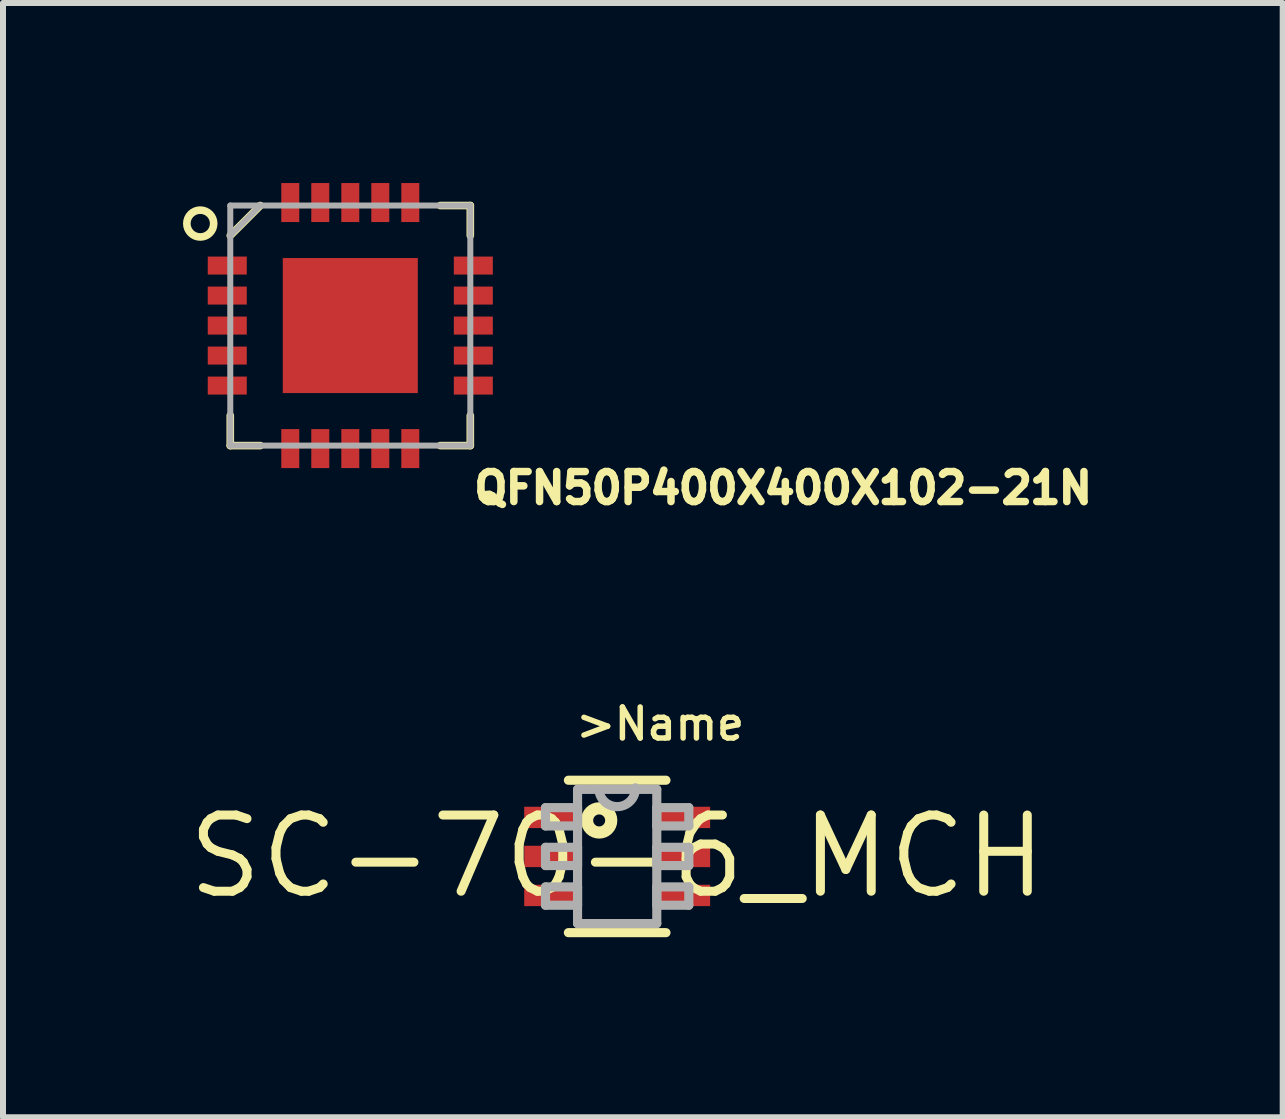
<source format=kicad_pcb>
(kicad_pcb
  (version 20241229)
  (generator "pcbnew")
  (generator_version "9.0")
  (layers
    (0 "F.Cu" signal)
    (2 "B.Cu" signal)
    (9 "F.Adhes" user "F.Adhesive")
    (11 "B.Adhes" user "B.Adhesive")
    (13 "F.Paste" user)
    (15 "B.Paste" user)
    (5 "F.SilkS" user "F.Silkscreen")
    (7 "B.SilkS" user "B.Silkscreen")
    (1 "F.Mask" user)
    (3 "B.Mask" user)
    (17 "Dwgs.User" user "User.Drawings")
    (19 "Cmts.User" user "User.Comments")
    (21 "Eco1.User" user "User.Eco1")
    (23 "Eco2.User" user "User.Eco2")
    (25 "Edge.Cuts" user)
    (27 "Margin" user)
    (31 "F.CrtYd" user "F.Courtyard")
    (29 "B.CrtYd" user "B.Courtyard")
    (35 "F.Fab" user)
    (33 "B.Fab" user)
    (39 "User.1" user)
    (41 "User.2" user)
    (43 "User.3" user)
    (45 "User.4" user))
  (footprint "SC-70-6_MCH"
    (layer "F.Cu")
    (at 7.234 11.221)
    (property "Reference" "SC-70-6_MCH" (at 0 0 0) (layer "F.SilkS") (effects (font (size 1.27 1.27) (thickness 0.15))))
    (fp_line (start -0.813 1.27) (end 0.813 1.27) (stroke (width 0.152) (type solid)) (layer "F.SilkS"))
    (fp_line (start 0.813 -1.27) (end -0.813 -1.27) (stroke (width 0.152) (type solid)) (layer "F.SilkS"))
    (fp_circle (center -0.3 -0.6) (end -0.2 -0.6) (stroke (width 0.203) (type solid)) (fill no) (layer "F.SilkS"))
    (fp_line (start -1.194 -0.813) (end -1.194 -0.508) (stroke (width 0.152) (type solid)) (layer "F.Fab"))
    (fp_line (start -1.194 -0.508) (end -0.66 -0.508) (stroke (width 0.152) (type solid)) (layer "F.Fab"))
    (fp_line (start -1.194 -0.152) (end -1.194 0.152) (stroke (width 0.152) (type solid)) (layer "F.Fab"))
    (fp_line (start -1.194 0.152) (end -0.66 0.152) (stroke (width 0.152) (type solid)) (layer "F.Fab"))
    (fp_line (start -1.194 0.508) (end -1.194 0.813) (stroke (width 0.152) (type solid)) (layer "F.Fab"))
    (fp_line (start -1.194 0.813) (end -0.66 0.813) (stroke (width 0.152) (type solid)) (layer "F.Fab"))
    (fp_line (start -0.66 -1.118) (end -0.66 1.118) (stroke (width 0.152) (type solid)) (layer "F.Fab"))
    (fp_line (start -0.66 -0.813) (end -1.194 -0.813) (stroke (width 0.152) (type solid)) (layer "F.Fab"))
    (fp_line (start -0.66 -0.508) (end -0.66 -0.813) (stroke (width 0.152) (type solid)) (layer "F.Fab"))
    (fp_line (start -0.66 -0.152) (end -1.194 -0.152) (stroke (width 0.152) (type solid)) (layer "F.Fab"))
    (fp_line (start -0.66 0.152) (end -0.66 -0.152) (stroke (width 0.152) (type solid)) (layer "F.Fab"))
    (fp_line (start -0.66 0.508) (end -1.194 0.508) (stroke (width 0.152) (type solid)) (layer "F.Fab"))
    (fp_line (start -0.66 0.813) (end -0.66 0.508) (stroke (width 0.152) (type solid)) (layer "F.Fab"))
    (fp_line (start -0.66 1.118) (end 0.66 1.118) (stroke (width 0.152) (type solid)) (layer "F.Fab"))
    (fp_line (start -0.305 -1.118) (end -0.66 -1.118) (stroke (width 0.152) (type solid)) (layer "F.Fab"))
    (fp_line (start 0.66 -1.118) (end -0.305 -1.118) (stroke (width 0.152) (type solid)) (layer "F.Fab"))
    (fp_line (start 0.66 -0.813) (end 0.66 -0.508) (stroke (width 0.152) (type solid)) (layer "F.Fab"))
    (fp_line (start 0.66 -0.508) (end 1.194 -0.508) (stroke (width 0.152) (type solid)) (layer "F.Fab"))
    (fp_line (start 0.66 -0.152) (end 0.66 0.152) (stroke (width 0.152) (type solid)) (layer "F.Fab"))
    (fp_line (start 0.66 0.152) (end 1.194 0.152) (stroke (width 0.152) (type solid)) (layer "F.Fab"))
    (fp_line (start 0.66 0.508) (end 0.66 0.813) (stroke (width 0.152) (type solid)) (layer "F.Fab"))
    (fp_line (start 0.66 0.813) (end 1.194 0.813) (stroke (width 0.152) (type solid)) (layer "F.Fab"))
    (fp_line (start 0.66 1.118) (end 0.66 -1.118) (stroke (width 0.152) (type solid)) (layer "F.Fab"))
    (fp_line (start 1.194 -0.813) (end 0.66 -0.813) (stroke (width 0.152) (type solid)) (layer "F.Fab"))
    (fp_line (start 1.194 -0.508) (end 1.194 -0.813) (stroke (width 0.152) (type solid)) (layer "F.Fab"))
    (fp_line (start 1.194 -0.152) (end 0.66 -0.152) (stroke (width 0.152) (type solid)) (layer "F.Fab"))
    (fp_line (start 1.194 0.152) (end 1.194 -0.152) (stroke (width 0.152) (type solid)) (layer "F.Fab"))
    (fp_line (start 1.194 0.508) (end 0.66 0.508) (stroke (width 0.152) (type solid)) (layer "F.Fab"))
    (fp_line (start 1.194 0.813) (end 1.194 0.508) (stroke (width 0.152) (type solid)) (layer "F.Fab"))
    (fp_arc (start 0.3048 -1.143) (mid 0.0127 -0.8255) (end -0.3048 -1.1176) (stroke (width 0.1524) (type solid)) (layer "F.Fab"))
    (fp_text user ">Name" (at -0.737 -1.905 0) (layer "F.SilkS") (effects (font (size 0.518 0.518) (thickness 0.091)) (justify left bottom)))
    (pad "1" smd rect (at -1.111 -0.65) (size 0.876 0.356) (layers "F.Cu" "F.Mask" "F.Paste"))
    (pad "2" smd rect (at -1.111 0) (size 0.876 0.356) (layers "F.Cu" "F.Mask" "F.Paste"))
    (pad "3" smd rect (at -1.111 0.65) (size 0.876 0.356) (layers "F.Cu" "F.Mask" "F.Paste"))
    (pad "4" smd rect (at 1.111 0.65) (size 0.876 0.356) (layers "F.Cu" "F.Mask" "F.Paste"))
    (pad "5" smd rect (at 1.111 0) (size 0.876 0.356) (layers "F.Cu" "F.Mask" "F.Paste"))
    (pad "6" smd rect (at 1.111 -0.65) (size 0.876 0.356) (layers "F.Cu" "F.Mask" "F.Paste")))
  (footprint "QFN50P400X400X102-21N"
    (layer "F.Cu")
    (at 2.787 2.375)
    (property "Reference" "QFN50P400X400X102-21N" (at 2 3 0) (layer "F.SilkS") (effects (font (size 0.5 0.5) (thickness 0.125)) (justify left bottom)))
    (fp_line (start -2 -1.5) (end -1.5 -2) (stroke (width 0.127) (type solid)) (layer "F.SilkS"))
    (fp_line (start -2 2) (end -2 1.5) (stroke (width 0.127) (type solid)) (layer "F.SilkS"))
    (fp_line (start -1.5 2) (end -2 2) (stroke (width 0.127) (type solid)) (layer "F.SilkS"))
    (fp_line (start 1.5 -2) (end 2 -2) (stroke (width 0.127) (type solid)) (layer "F.SilkS"))
    (fp_line (start 2 -2) (end 2 -1.5) (stroke (width 0.127) (type solid)) (layer "F.SilkS"))
    (fp_line (start 2 1.5) (end 2 2) (stroke (width 0.127) (type solid)) (layer "F.SilkS"))
    (fp_line (start 2 2) (end 1.5 2) (stroke (width 0.127) (type solid)) (layer "F.SilkS"))
    (fp_circle (center -2.5 -1.7) (end -2.276 -1.7) (stroke (width 0.127) (type solid)) (fill no) (layer "F.SilkS"))
    (fp_poly (pts (xy -1 -0.1) (xy -0.2 -0.1) (xy -0.2 -0.9) (xy -1 -0.9)) (stroke (width 0.1) (type solid)) (fill no) (layer "F.Paste"))
    (fp_poly (pts (xy -1 1) (xy -0.2 1) (xy -0.2 0.2) (xy -1 0.2)) (stroke (width 0.1) (type solid)) (fill no) (layer "F.Paste"))
    (fp_poly (pts (xy 0.2 -0.1) (xy 1 -0.1) (xy 1 -0.9) (xy 0.2 -0.9)) (stroke (width 0.1) (type solid)) (fill no) (layer "F.Paste"))
    (fp_poly (pts (xy 0.2 1) (xy 1 1) (xy 1 0.2) (xy 0.2 0.2)) (stroke (width 0.1) (type solid)) (fill no) (layer "F.Paste"))
    (fp_line (start -2 -2) (end 2 -2) (stroke (width 0.1) (type solid)) (layer "F.Fab"))
    (fp_line (start -2 -1.5) (end -1.5 -2) (stroke (width 0.1) (type solid)) (layer "F.Fab"))
    (fp_line (start -2 2) (end -2 -2) (stroke (width 0.1) (type solid)) (layer "F.Fab"))
    (fp_line (start 2 -2) (end 2 2) (stroke (width 0.1) (type solid)) (layer "F.Fab"))
    (fp_line (start 2 2) (end -2 2) (stroke (width 0.1) (type solid)) (layer "F.Fab"))
    (pad "1" smd rect (at -2.05 -1) (size 0.65 0.3) (layers "F.Cu" "F.Mask" "F.Paste"))
    (pad "2" smd rect (at -2.05 -0.5) (size 0.65 0.3) (layers "F.Cu" "F.Mask" "F.Paste"))
    (pad "3" smd rect (at -2.05 0) (size 0.65 0.3) (layers "F.Cu" "F.Mask" "F.Paste"))
    (pad "4" smd rect (at -2.05 0.5) (size 0.65 0.3) (layers "F.Cu" "F.Mask" "F.Paste"))
    (pad "5" smd rect (at -2.05 1) (size 0.65 0.3) (layers "F.Cu" "F.Mask" "F.Paste"))
    (pad "6" smd rect (at -1 2.05 90) (size 0.65 0.3) (layers "F.Cu" "F.Mask" "F.Paste"))
    (pad "7" smd rect (at -0.5 2.05 90) (size 0.65 0.3) (layers "F.Cu" "F.Mask" "F.Paste"))
    (pad "8" smd rect (at 0 2.05 90) (size 0.65 0.3) (layers "F.Cu" "F.Mask" "F.Paste"))
    (pad "9" smd rect (at 0.5 2.05 90) (size 0.65 0.3) (layers "F.Cu" "F.Mask" "F.Paste"))
    (pad "10" smd rect (at 1 2.05 90) (size 0.65 0.3) (layers "F.Cu" "F.Mask" "F.Paste"))
    (pad "11" smd rect (at 2.05 1) (size 0.65 0.3) (layers "F.Cu" "F.Mask" "F.Paste"))
    (pad "12" smd rect (at 2.05 0.5) (size 0.65 0.3) (layers "F.Cu" "F.Mask" "F.Paste"))
    (pad "13" smd rect (at 2.05 0) (size 0.65 0.3) (layers "F.Cu" "F.Mask" "F.Paste"))
    (pad "14" smd rect (at 2.05 -0.5) (size 0.65 0.3) (layers "F.Cu" "F.Mask" "F.Paste"))
    (pad "15" smd rect (at 2.05 -1) (size 0.65 0.3) (layers "F.Cu" "F.Mask" "F.Paste"))
    (pad "16" smd rect (at 1 -2.05 90) (size 0.65 0.3) (layers "F.Cu" "F.Mask" "F.Paste"))
    (pad "17" smd rect (at 0.5 -2.05 90) (size 0.65 0.3) (layers "F.Cu" "F.Mask" "F.Paste"))
    (pad "18" smd rect (at 0 -2.05 90) (size 0.65 0.3) (layers "F.Cu" "F.Mask" "F.Paste"))
    (pad "19" smd rect (at -0.5 -2.05 90) (size 0.65 0.3) (layers "F.Cu" "F.Mask" "F.Paste"))
    (pad "20" smd rect (at -1 -2.05 90) (size 0.65 0.3) (layers "F.Cu" "F.Mask" "F.Paste"))
    (pad "21" smd rect (at 0 0 90) (size 2.25 2.25) (layers "F.Cu" "F.Mask")))
  (gr_rect
    (start -3 -3)
    (end 18.324 15.567)
    (stroke (width 0.1) (type default))
    (fill no)
    (layer "Edge.Cuts")))
</source>
